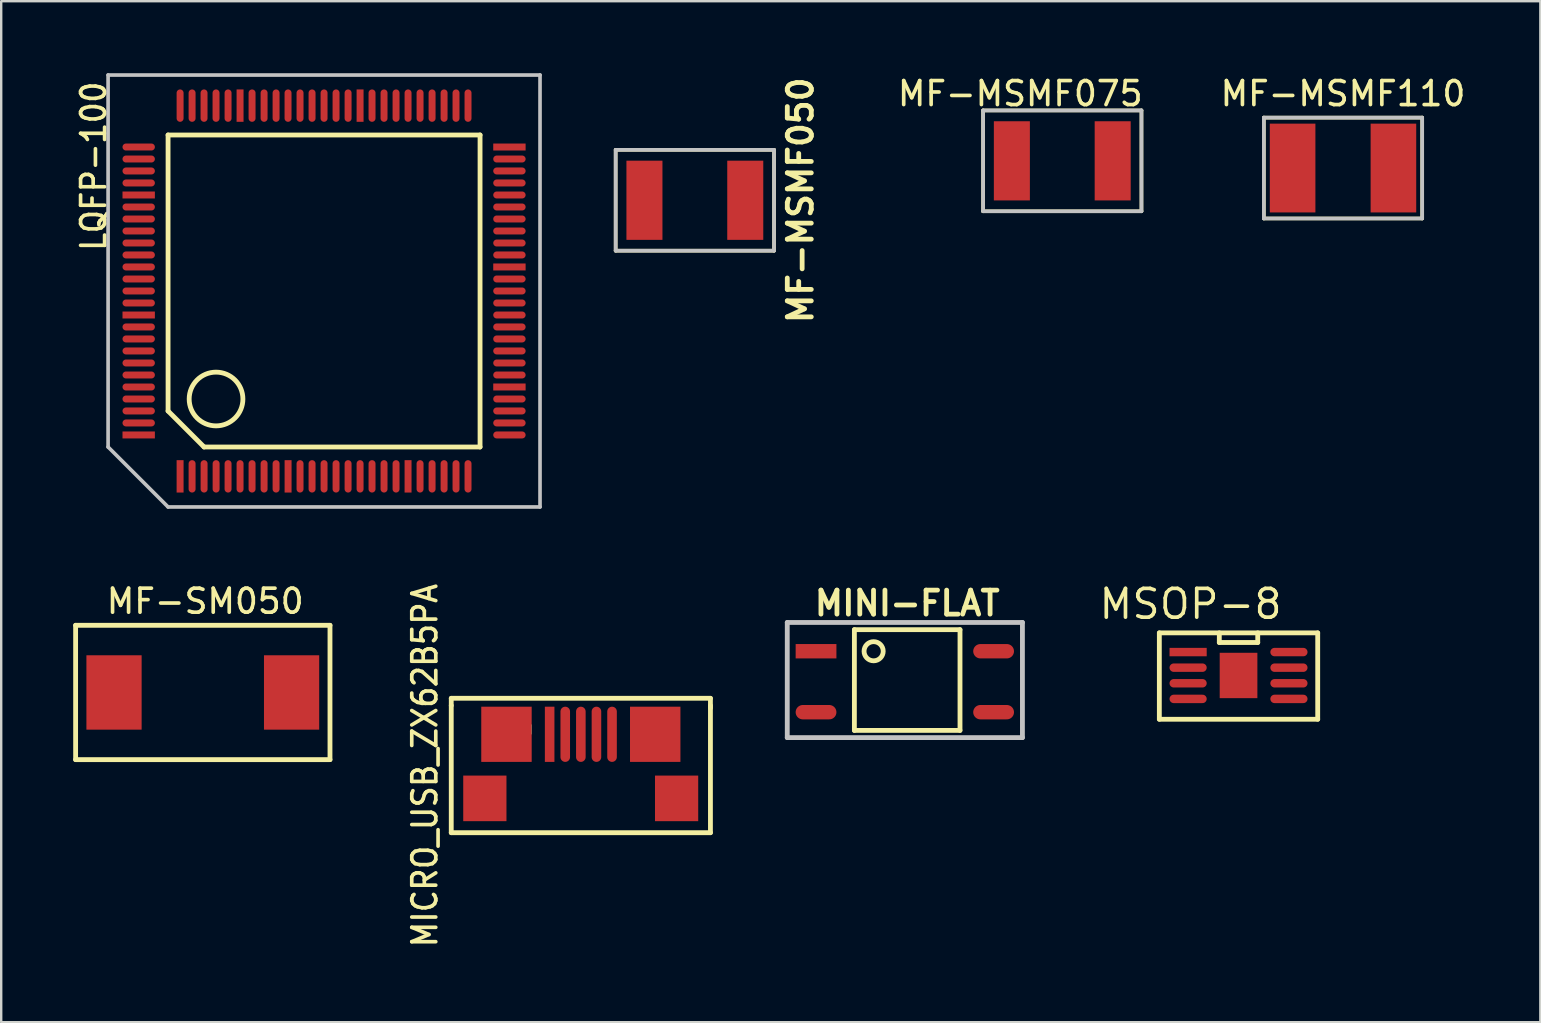
<source format=kicad_pcb>
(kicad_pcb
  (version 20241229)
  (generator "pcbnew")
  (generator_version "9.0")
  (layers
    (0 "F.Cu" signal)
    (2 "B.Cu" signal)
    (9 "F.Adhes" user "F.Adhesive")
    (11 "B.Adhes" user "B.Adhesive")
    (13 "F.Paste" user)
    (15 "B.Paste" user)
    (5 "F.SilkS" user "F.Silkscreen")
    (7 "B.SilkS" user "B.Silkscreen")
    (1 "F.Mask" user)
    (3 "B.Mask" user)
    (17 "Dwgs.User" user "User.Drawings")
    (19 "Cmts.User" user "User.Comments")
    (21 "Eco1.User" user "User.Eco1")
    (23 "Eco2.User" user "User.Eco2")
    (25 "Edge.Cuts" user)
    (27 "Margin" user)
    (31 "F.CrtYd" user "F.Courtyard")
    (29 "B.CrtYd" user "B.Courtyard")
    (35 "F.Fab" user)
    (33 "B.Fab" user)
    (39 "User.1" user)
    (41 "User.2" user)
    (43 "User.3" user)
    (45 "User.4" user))
  (footprint "MF-MSMF050"
    (layer "F.Cu")
    (at 23.803 5.295)
    (property "Reference" "MF-MSMF050" (at 6.5 0 90) (layer "F.SilkS") (effects (font (size 1 1) (thickness 0.2))))
    (attr through_hole)
    (fp_line (start -1.199 -2.101) (end 5.4 -2.101) (stroke (width 0.152) (type solid)) (layer "F.SilkS"))
    (fp_line (start -1.199 2.101) (end -1.199 -2.101) (stroke (width 0.152) (type solid)) (layer "F.SilkS"))
    (fp_line (start 5.4 -2.101) (end 5.4 2.101) (stroke (width 0.152) (type solid)) (layer "F.SilkS"))
    (fp_line (start 5.4 2.101) (end -1.199 2.101) (stroke (width 0.152) (type solid)) (layer "F.SilkS"))
    (fp_line (start -1.199 -2.101) (end 5.4 -2.101) (stroke (width 0.152) (type solid)) (layer "Dwgs.User"))
    (fp_line (start -1.199 2.101) (end -1.199 -2.101) (stroke (width 0.152) (type solid)) (layer "Dwgs.User"))
    (fp_line (start 5.4 -2.101) (end 5.4 2.101) (stroke (width 0.152) (type solid)) (layer "Dwgs.User"))
    (fp_line (start 5.4 2.101) (end -1.199 2.101) (stroke (width 0.152) (type solid)) (layer "Dwgs.User"))
    (pad "1" smd rect (at 0 0) (size 1.501 3.299) (layers "F.Cu" "F.Mask" "F.Paste"))
    (pad "2" smd rect (at 4.201 0) (size 1.501 3.299) (layers "F.Cu" "F.Mask" "F.Paste")))
  (footprint "MSOP-8"
    (layer "F.Cu")
    (at 46.457 24.121)
    (property "Reference" "MSOP-8" (at 0.102 -2.002 0) (layer "F.SilkS") (effects (font (size 1.199 1.199) (thickness 0.152))))
    (attr through_hole)
    (fp_line (start -1.199 -0.8) (end -1.199 2.799) (stroke (width 0.201) (type solid)) (layer "F.SilkS"))
    (fp_line (start -1.199 -0.8) (end 5.4 -0.8) (stroke (width 0.201) (type solid)) (layer "F.SilkS"))
    (fp_line (start -1.199 2.799) (end 5.4 2.799) (stroke (width 0.201) (type solid)) (layer "F.SilkS"))
    (fp_line (start 1.3 -0.8) (end 1.3 -0.399) (stroke (width 0.201) (type solid)) (layer "F.SilkS"))
    (fp_line (start 1.3 -0.399) (end 2.901 -0.399) (stroke (width 0.201) (type solid)) (layer "F.SilkS"))
    (fp_line (start 2.901 -0.399) (end 2.901 -0.8) (stroke (width 0.201) (type solid)) (layer "F.SilkS"))
    (fp_line (start 5.4 -0.8) (end 5.4 2.799) (stroke (width 0.201) (type solid)) (layer "F.SilkS"))
    (pad "1" smd rect (at 0 0) (size 1.549 0.351) (layers "F.Cu" "F.Mask" "F.Paste"))
    (pad "2" smd oval (at 0 0.65) (size 1.549 0.351) (layers "F.Cu" "F.Mask" "F.Paste"))
    (pad "3" smd oval (at 0 1.3) (size 1.549 0.351) (layers "F.Cu" "F.Mask" "F.Paste"))
    (pad "4" smd oval (at 0 1.951) (size 1.549 0.351) (layers "F.Cu" "F.Mask" "F.Paste"))
    (pad "5" smd oval (at 4.201 1.951) (size 1.549 0.351) (layers "F.Cu" "F.Mask" "F.Paste"))
    (pad "6" smd oval (at 4.201 1.3) (size 1.549 0.351) (layers "F.Cu" "F.Mask" "F.Paste"))
    (pad "7" smd oval (at 4.201 0.65) (size 1.549 0.351) (layers "F.Cu" "F.Mask" "F.Paste"))
    (pad "8" smd oval (at 4.201 0) (size 1.549 0.351) (layers "F.Cu" "F.Mask" "F.Paste"))
    (pad "9" smd rect (at 2.101 0.975) (size 1.57 1.89) (layers "F.Cu" "F.Mask" "F.Paste")))
  (footprint "LQFP-100"
    (layer "F.Cu")
    (at 10.453 9.075)
    (property "Reference" "LQFP-100" (at -9.6 -5.2 90) (layer "F.SilkS") (effects (font (size 1.001 0.899) (thickness 0.152))))
    (attr smd)
    (fp_line (start -6.5 -6.5) (end 6.5 -6.5) (stroke (width 0.201) (type solid)) (layer "F.SilkS"))
    (fp_line (start -6.5 5.001) (end -6.5 -6.5) (stroke (width 0.201) (type solid)) (layer "F.SilkS"))
    (fp_line (start -6.5 5.001) (end -5.001 6.5) (stroke (width 0.201) (type solid)) (layer "F.SilkS"))
    (fp_line (start -5.001 6.5) (end 6.5 6.5) (stroke (width 0.201) (type solid)) (layer "F.SilkS"))
    (fp_line (start 6.5 -6.5) (end 6.5 6.5) (stroke (width 0.201) (type solid)) (layer "F.SilkS"))
    (fp_circle (center -4.501 4.501) (end -3.5 4) (stroke (width 0.201) (type solid)) (fill no) (layer "F.SilkS"))
    (fp_line (start -8.999 -8.999) (end -8.999 6.5) (stroke (width 0.152) (type solid)) (layer "Dwgs.User"))
    (fp_line (start -8.999 6.5) (end -6.5 8.999) (stroke (width 0.152) (type solid)) (layer "Dwgs.User"))
    (fp_line (start -6.5 8.999) (end 8.999 8.999) (stroke (width 0.152) (type solid)) (layer "Dwgs.User"))
    (fp_line (start 8.999 -8.999) (end -8.999 -8.999) (stroke (width 0.152) (type solid)) (layer "Dwgs.User"))
    (fp_line (start 8.999 8.999) (end 8.999 -8.999) (stroke (width 0.152) (type solid)) (layer "Dwgs.User"))
    (pad "1" smd rect (at -5.999 7.724) (size 0.29 1.349) (layers "F.Cu" "F.Mask" "F.Paste"))
    (pad "2" smd oval (at -5.499 7.724) (size 0.29 1.349) (layers "F.Cu" "F.Mask" "F.Paste"))
    (pad "3" smd oval (at -4.999 7.724) (size 0.29 1.349) (layers "F.Cu" "F.Mask" "F.Paste"))
    (pad "4" smd oval (at -4.498 7.724) (size 0.29 1.349) (layers "F.Cu" "F.Mask" "F.Paste"))
    (pad "5" smd oval (at -4 7.724) (size 0.29 1.349) (layers "F.Cu" "F.Mask" "F.Paste"))
    (pad "6" smd oval (at -3.5 7.724) (size 0.29 1.349) (layers "F.Cu" "F.Mask" "F.Paste"))
    (pad "7" smd oval (at -3 7.724) (size 0.29 1.349) (layers "F.Cu" "F.Mask" "F.Paste"))
    (pad "8" smd oval (at -2.499 7.724) (size 0.29 1.349) (layers "F.Cu" "F.Mask" "F.Paste"))
    (pad "9" smd oval (at -1.999 7.724) (size 0.29 1.349) (layers "F.Cu" "F.Mask" "F.Paste"))
    (pad "10" smd rect (at -1.499 7.724) (size 0.29 1.349) (layers "F.Cu" "F.Mask" "F.Paste"))
    (pad "11" smd oval (at -1.001 7.724) (size 0.29 1.349) (layers "F.Cu" "F.Mask" "F.Paste"))
    (pad "12" smd oval (at -0.5 7.724) (size 0.29 1.349) (layers "F.Cu" "F.Mask" "F.Paste"))
    (pad "13" smd oval (at 0 7.724) (size 0.29 1.349) (layers "F.Cu" "F.Mask" "F.Paste"))
    (pad "14" smd oval (at 0.5 7.724) (size 0.29 1.349) (layers "F.Cu" "F.Mask" "F.Paste"))
    (pad "15" smd oval (at 1.001 7.724) (size 0.29 1.349) (layers "F.Cu" "F.Mask" "F.Paste"))
    (pad "16" smd oval (at 1.501 7.724) (size 0.29 1.349) (layers "F.Cu" "F.Mask" "F.Paste"))
    (pad "17" smd oval (at 1.999 7.724) (size 0.29 1.349) (layers "F.Cu" "F.Mask" "F.Paste"))
    (pad "18" smd oval (at 2.499 7.724) (size 0.29 1.349) (layers "F.Cu" "F.Mask" "F.Paste"))
    (pad "19" smd oval (at 3 7.724) (size 0.29 1.349) (layers "F.Cu" "F.Mask" "F.Paste"))
    (pad "20" smd rect (at 3.5 7.724) (size 0.29 1.349) (layers "F.Cu" "F.Mask" "F.Paste"))
    (pad "21" smd oval (at 4 7.724) (size 0.29 1.349) (layers "F.Cu" "F.Mask" "F.Paste"))
    (pad "22" smd oval (at 4.501 7.724) (size 0.29 1.349) (layers "F.Cu" "F.Mask" "F.Paste"))
    (pad "23" smd oval (at 5.001 7.724) (size 0.29 1.349) (layers "F.Cu" "F.Mask" "F.Paste"))
    (pad "24" smd oval (at 5.499 7.724) (size 0.29 1.349) (layers "F.Cu" "F.Mask" "F.Paste"))
    (pad "25" smd oval (at 5.999 7.724) (size 0.29 1.349) (layers "F.Cu" "F.Mask" "F.Paste"))
    (pad "26" smd oval (at 7.724 5.999 90) (size 0.29 1.349) (layers "F.Cu" "F.Mask" "F.Paste"))
    (pad "27" smd oval (at 7.724 5.499 90) (size 0.29 1.349) (layers "F.Cu" "F.Mask" "F.Paste"))
    (pad "28" smd oval (at 7.724 4.999 90) (size 0.29 1.349) (layers "F.Cu" "F.Mask" "F.Paste"))
    (pad "29" smd oval (at 7.724 4.501 90) (size 0.29 1.349) (layers "F.Cu" "F.Mask" "F.Paste"))
    (pad "30" smd rect (at 7.724 4 90) (size 0.29 1.349) (layers "F.Cu" "F.Mask" "F.Paste"))
    (pad "31" smd oval (at 7.724 3.5 90) (size 0.29 1.349) (layers "F.Cu" "F.Mask" "F.Paste"))
    (pad "32" smd oval (at 7.724 3 90) (size 0.29 1.349) (layers "F.Cu" "F.Mask" "F.Paste"))
    (pad "33" smd oval (at 7.724 2.499 90) (size 0.29 1.349) (layers "F.Cu" "F.Mask" "F.Paste"))
    (pad "34" smd oval (at 7.724 1.999 90) (size 0.29 1.349) (layers "F.Cu" "F.Mask" "F.Paste"))
    (pad "35" smd oval (at 7.724 1.499 90) (size 0.29 1.349) (layers "F.Cu" "F.Mask" "F.Paste"))
    (pad "36" smd oval (at 7.724 1.001 90) (size 0.29 1.349) (layers "F.Cu" "F.Mask" "F.Paste"))
    (pad "37" smd oval (at 7.724 0.5 90) (size 0.29 1.349) (layers "F.Cu" "F.Mask" "F.Paste"))
    (pad "38" smd oval (at 7.724 0 90) (size 0.29 1.349) (layers "F.Cu" "F.Mask" "F.Paste"))
    (pad "39" smd oval (at 7.724 -0.5 90) (size 0.29 1.349) (layers "F.Cu" "F.Mask" "F.Paste"))
    (pad "40" smd rect (at 7.724 -1.001 90) (size 0.29 1.349) (layers "F.Cu" "F.Mask" "F.Paste"))
    (pad "41" smd oval (at 7.724 -1.501 90) (size 0.29 1.349) (layers "F.Cu" "F.Mask" "F.Paste"))
    (pad "42" smd oval (at 7.724 -1.999 90) (size 0.29 1.349) (layers "F.Cu" "F.Mask" "F.Paste"))
    (pad "43" smd oval (at 7.724 -2.499 90) (size 0.29 1.349) (layers "F.Cu" "F.Mask" "F.Paste"))
    (pad "44" smd oval (at 7.724 -3 90) (size 0.29 1.349) (layers "F.Cu" "F.Mask" "F.Paste"))
    (pad "45" smd oval (at 7.724 -3.5 90) (size 0.29 1.349) (layers "F.Cu" "F.Mask" "F.Paste"))
    (pad "46" smd oval (at 7.724 -4 90) (size 0.29 1.349) (layers "F.Cu" "F.Mask" "F.Paste"))
    (pad "47" smd oval (at 7.724 -4.501 90) (size 0.29 1.349) (layers "F.Cu" "F.Mask" "F.Paste"))
    (pad "48" smd oval (at 7.724 -5.001 90) (size 0.29 1.349) (layers "F.Cu" "F.Mask" "F.Paste"))
    (pad "49" smd oval (at 7.724 -5.499 90) (size 0.29 1.349) (layers "F.Cu" "F.Mask" "F.Paste"))
    (pad "50" smd rect (at 7.724 -5.999 90) (size 0.29 1.349) (layers "F.Cu" "F.Mask" "F.Paste"))
    (pad "51" smd oval (at 5.999 -7.724) (size 0.29 1.349) (layers "F.Cu" "F.Mask" "F.Paste"))
    (pad "52" smd oval (at 5.499 -7.724) (size 0.29 1.349) (layers "F.Cu" "F.Mask" "F.Paste"))
    (pad "53" smd oval (at 5.001 -7.724) (size 0.29 1.349) (layers "F.Cu" "F.Mask" "F.Paste"))
    (pad "54" smd oval (at 4.501 -7.724) (size 0.29 1.349) (layers "F.Cu" "F.Mask" "F.Paste"))
    (pad "55" smd oval (at 4 -7.724) (size 0.29 1.349) (layers "F.Cu" "F.Mask" "F.Paste"))
    (pad "56" smd oval (at 3.5 -7.724) (size 0.29 1.349) (layers "F.Cu" "F.Mask" "F.Paste"))
    (pad "57" smd oval (at 3 -7.724) (size 0.29 1.349) (layers "F.Cu" "F.Mask" "F.Paste"))
    (pad "58" smd oval (at 2.499 -7.724) (size 0.29 1.349) (layers "F.Cu" "F.Mask" "F.Paste"))
    (pad "59" smd oval (at 1.999 -7.724) (size 0.29 1.349) (layers "F.Cu" "F.Mask" "F.Paste"))
    (pad "60" smd rect (at 1.501 -7.724) (size 0.29 1.349) (layers "F.Cu" "F.Mask" "F.Paste"))
    (pad "61" smd oval (at 1.001 -7.724) (size 0.29 1.349) (layers "F.Cu" "F.Mask" "F.Paste"))
    (pad "62" smd oval (at 0.5 -7.724) (size 0.29 1.349) (layers "F.Cu" "F.Mask" "F.Paste"))
    (pad "63" smd oval (at 0 -7.724) (size 0.29 1.349) (layers "F.Cu" "F.Mask" "F.Paste"))
    (pad "64" smd oval (at -0.5 -7.724) (size 0.29 1.349) (layers "F.Cu" "F.Mask" "F.Paste"))
    (pad "65" smd oval (at -1.001 -7.724) (size 0.29 1.349) (layers "F.Cu" "F.Mask" "F.Paste"))
    (pad "66" smd oval (at -1.501 -7.724) (size 0.29 1.349) (layers "F.Cu" "F.Mask" "F.Paste"))
    (pad "67" smd oval (at -1.999 -7.724) (size 0.29 1.349) (layers "F.Cu" "F.Mask" "F.Paste"))
    (pad "68" smd oval (at -2.499 -7.724) (size 0.29 1.349) (layers "F.Cu" "F.Mask" "F.Paste"))
    (pad "69" smd oval (at -3 -7.724) (size 0.29 1.349) (layers "F.Cu" "F.Mask" "F.Paste"))
    (pad "70" smd rect (at -3.5 -7.724) (size 0.29 1.349) (layers "F.Cu" "F.Mask" "F.Paste"))
    (pad "71" smd oval (at -4 -7.724) (size 0.29 1.349) (layers "F.Cu" "F.Mask" "F.Paste"))
    (pad "72" smd oval (at -4.501 -7.724) (size 0.29 1.349) (layers "F.Cu" "F.Mask" "F.Paste"))
    (pad "73" smd oval (at -5.001 -7.724) (size 0.29 1.349) (layers "F.Cu" "F.Mask" "F.Paste"))
    (pad "74" smd oval (at -5.499 -7.724) (size 0.29 1.349) (layers "F.Cu" "F.Mask" "F.Paste"))
    (pad "75" smd oval (at -5.999 -7.724) (size 0.29 1.349) (layers "F.Cu" "F.Mask" "F.Paste"))
    (pad "76" smd oval (at -7.724 -5.999 90) (size 0.29 1.349) (layers "F.Cu" "F.Mask" "F.Paste"))
    (pad "77" smd oval (at -7.724 -5.499 90) (size 0.29 1.349) (layers "F.Cu" "F.Mask" "F.Paste"))
    (pad "78" smd oval (at -7.724 -5.001 90) (size 0.29 1.349) (layers "F.Cu" "F.Mask" "F.Paste"))
    (pad "79" smd oval (at -7.724 -4.501 90) (size 0.29 1.349) (layers "F.Cu" "F.Mask" "F.Paste"))
    (pad "80" smd rect (at -7.724 -4 90) (size 0.29 1.349) (layers "F.Cu" "F.Mask" "F.Paste"))
    (pad "81" smd oval (at -7.724 -3.5 90) (size 0.29 1.349) (layers "F.Cu" "F.Mask" "F.Paste"))
    (pad "82" smd oval (at -7.724 -3 90) (size 0.29 1.349) (layers "F.Cu" "F.Mask" "F.Paste"))
    (pad "83" smd oval (at -7.724 -2.499 90) (size 0.29 1.349) (layers "F.Cu" "F.Mask" "F.Paste"))
    (pad "84" smd oval (at -7.724 -1.999 90) (size 0.29 1.349) (layers "F.Cu" "F.Mask" "F.Paste"))
    (pad "85" smd oval (at -7.724 -1.501 90) (size 0.29 1.349) (layers "F.Cu" "F.Mask" "F.Paste"))
    (pad "86" smd oval (at -7.724 -1.001 90) (size 0.29 1.349) (layers "F.Cu" "F.Mask" "F.Paste"))
    (pad "87" smd oval (at -7.724 -0.5 90) (size 0.29 1.349) (layers "F.Cu" "F.Mask" "F.Paste"))
    (pad "88" smd oval (at -7.724 0 90) (size 0.29 1.349) (layers "F.Cu" "F.Mask" "F.Paste"))
    (pad "89" smd oval (at -7.724 0.5 90) (size 0.29 1.349) (layers "F.Cu" "F.Mask" "F.Paste"))
    (pad "90" smd rect (at -7.724 1.001 90) (size 0.29 1.349) (layers "F.Cu" "F.Mask" "F.Paste"))
    (pad "91" smd oval (at -7.724 1.499 90) (size 0.29 1.349) (layers "F.Cu" "F.Mask" "F.Paste"))
    (pad "92" smd oval (at -7.724 1.999 90) (size 0.29 1.349) (layers "F.Cu" "F.Mask" "F.Paste"))
    (pad "93" smd oval (at -7.724 2.499 90) (size 0.29 1.349) (layers "F.Cu" "F.Mask" "F.Paste"))
    (pad "94" smd oval (at -7.724 3 90) (size 0.29 1.349) (layers "F.Cu" "F.Mask" "F.Paste"))
    (pad "95" smd oval (at -7.724 3.5 90) (size 0.29 1.349) (layers "F.Cu" "F.Mask" "F.Paste"))
    (pad "96" smd oval (at -7.724 4 90) (size 0.29 1.349) (layers "F.Cu" "F.Mask" "F.Paste"))
    (pad "97" smd oval (at -7.724 4.501 90) (size 0.29 1.349) (layers "F.Cu" "F.Mask" "F.Paste"))
    (pad "98" smd oval (at -7.724 4.999 90) (size 0.29 1.349) (layers "F.Cu" "F.Mask" "F.Paste"))
    (pad "99" smd oval (at -7.724 5.499 90) (size 0.29 1.349) (layers "F.Cu" "F.Mask" "F.Paste"))
    (pad "100" smd rect (at -7.724 5.999 90) (size 0.29 1.349) (layers "F.Cu" "F.Mask" "F.Paste")))
  (footprint "MICRO_USB_ZX62B5PA"
    (layer "F.Cu")
    (at 21.153 27.547)
    (property "Reference" "MICRO_USB_ZX62B5PA" (at -6.5 1.3 90) (layer "F.SilkS") (effects (font (size 1.001 0.899) (thickness 0.152))))
    (attr through_hole)
    (fp_line (start -5.4 4.1) (end -5.4 -1.199) (stroke (width 0.201) (type solid)) (layer "F.SilkS"))
    (fp_line (start -5.4 4.1) (end 5.4 4.1) (stroke (width 0.201) (type solid)) (layer "F.SilkS"))
    (fp_line (start -5.4 -1.5) (end 5.4 -1.5) (stroke (width 0.2) (type solid)) (layer "F.SilkS"))
    (fp_line (start -5.4 -1.2) (end -5.4 -1.5) (stroke (width 0.2) (type solid)) (layer "F.SilkS"))
    (fp_line (start -2.05 0) (end -2.05 -0.409) (stroke (width 0.01) (type solid)) (layer "F.SilkS"))
    (fp_line (start 5.4 -1.5) (end 5.4 -1.1) (stroke (width 0.2) (type solid)) (layer "F.SilkS"))
    (fp_line (start 5.4 -1.199) (end 5.4 4.1) (stroke (width 0.201) (type solid)) (layer "F.SilkS"))
    (pad "1" smd rect (at -1.3 0) (size 0.399 2.3) (layers "F.Cu" "F.Mask" "F.Paste"))
    (pad "2" smd oval (at -0.65 0) (size 0.399 2.3) (layers "F.Cu" "F.Mask" "F.Paste"))
    (pad "3" smd oval (at 0 0) (size 0.399 2.3) (layers "F.Cu" "F.Mask" "F.Paste"))
    (pad "4" smd oval (at 0.65 0) (size 0.399 2.3) (layers "F.Cu" "F.Mask" "F.Paste"))
    (pad "5" smd oval (at 1.3 0) (size 0.399 2.3) (layers "F.Cu" "F.Mask" "F.Paste"))
    (pad "6" smd rect (at -3.099 0) (size 2.101 2.3) (layers "F.Cu" "F.Mask" "F.Paste"))
    (pad "7" smd rect (at 3.099 0) (size 2.101 2.3) (layers "F.Cu" "F.Mask" "F.Paste"))
    (pad "8" smd rect (at -4 2.67) (size 1.801 1.9) (layers "F.Cu" "F.Mask" "F.Paste"))
    (pad "9" smd rect (at 3.99 2.67) (size 1.801 1.9) (layers "F.Cu" "F.Mask" "F.Paste")))
  (footprint "MINI-FLAT"
    (layer "F.Cu")
    (at 30.953 24.086)
    (property "Reference" "MINI-FLAT" (at 3.8 -1.999 0) (layer "F.SilkS") (effects (font (size 1 1) (thickness 0.2))))
    (attr through_hole)
    (fp_line (start 1.598 -0.899) (end 5.997 -0.899) (stroke (width 0.201) (type solid)) (layer "F.SilkS"))
    (fp_line (start 1.598 3.299) (end 1.598 -0.899) (stroke (width 0.201) (type solid)) (layer "F.SilkS"))
    (fp_line (start 5.997 3.299) (end 1.598 3.299) (stroke (width 0.201) (type solid)) (layer "F.SilkS"))
    (fp_line (start 5.999 -0.899) (end 5.999 3.299) (stroke (width 0.201) (type solid)) (layer "F.SilkS"))
    (fp_circle (center 2.4 0) (end 2.799 0) (stroke (width 0.201) (type solid)) (fill no) (layer "F.SilkS"))
    (fp_line (start -1.199 -1.199) (end 8.6 -1.199) (stroke (width 0.201) (type solid)) (layer "Dwgs.User"))
    (fp_line (start -1.199 3.599) (end -1.199 -1.199) (stroke (width 0.201) (type solid)) (layer "Dwgs.User"))
    (fp_line (start 8.6 -1.199) (end 8.6 3.599) (stroke (width 0.201) (type solid)) (layer "Dwgs.User"))
    (fp_line (start 8.6 3.599) (end -1.199 3.599) (stroke (width 0.201) (type solid)) (layer "Dwgs.User"))
    (pad "1" smd rect (at 0 0) (size 1.699 0.599) (layers "F.Cu" "F.Mask" "F.Paste"))
    (pad "2" smd oval (at 0 2.54) (size 1.699 0.599) (layers "F.Cu" "F.Mask" "F.Paste"))
    (pad "3" smd oval (at 7.399 2.54) (size 1.699 0.599) (layers "F.Cu" "F.Mask" "F.Paste"))
    (pad "4" smd oval (at 7.399 0) (size 1.699 0.599) (layers "F.Cu" "F.Mask" "F.Paste")))
  (footprint "MF-SM050"
    (layer "F.Cu")
    (at 1.701 25.804)
    (property "Reference" "MF-SM050" (at 3.8 -3.8 0) (layer "F.SilkS") (effects (font (size 1.001 1.001) (thickness 0.152))))
    (attr through_hole)
    (fp_line (start -1.6 -2.799) (end 8.999 -2.799) (stroke (width 0.201) (type solid)) (layer "F.SilkS"))
    (fp_line (start -1.6 2.799) (end -1.6 -2.799) (stroke (width 0.201) (type solid)) (layer "F.SilkS"))
    (fp_line (start -1.6 2.799) (end 8.999 2.799) (stroke (width 0.201) (type solid)) (layer "F.SilkS"))
    (fp_line (start 8.999 -2.799) (end 8.999 2.799) (stroke (width 0.201) (type solid)) (layer "F.SilkS"))
    (pad "1" smd rect (at 0 0) (size 2.301 3.099) (layers "F.Cu" "F.Mask" "F.Paste"))
    (pad "2" smd rect (at 7.399 0) (size 2.301 3.099) (layers "F.Cu" "F.Mask" "F.Paste")))
  (footprint "MF-MSMF110"
    (layer "F.Cu")
    (at 50.811 3.952)
    (property "Reference" "MF-MSMF110" (at 2.1 -3.1 0) (layer "F.SilkS") (effects (font (size 1 1) (thickness 0.152))))
    (attr through_hole)
    (fp_line (start -1.199 -2.101) (end 5.4 -2.101) (stroke (width 0.152) (type solid)) (layer "F.SilkS"))
    (fp_line (start -1.199 2.101) (end -1.199 -2.101) (stroke (width 0.152) (type solid)) (layer "F.SilkS"))
    (fp_line (start 5.4 -2.101) (end 5.4 2.101) (stroke (width 0.152) (type solid)) (layer "F.SilkS"))
    (fp_line (start 5.4 2.101) (end -1.199 2.101) (stroke (width 0.152) (type solid)) (layer "F.SilkS"))
    (fp_line (start -1.199 -2.101) (end 5.4 -2.101) (stroke (width 0.152) (type solid)) (layer "Dwgs.User"))
    (fp_line (start -1.199 2.101) (end -1.199 -2.101) (stroke (width 0.152) (type solid)) (layer "Dwgs.User"))
    (fp_line (start 5.4 -2.101) (end 5.4 2.101) (stroke (width 0.152) (type solid)) (layer "Dwgs.User"))
    (fp_line (start 5.4 2.101) (end -1.199 2.101) (stroke (width 0.152) (type solid)) (layer "Dwgs.User"))
    (pad "1" smd rect (at 0 0) (size 1.9 3.7) (layers "F.Cu" "F.Mask" "F.Paste"))
    (pad "2" smd rect (at 4.201 0) (size 1.9 3.7) (layers "F.Cu" "F.Mask" "F.Paste")))
  (footprint "MF-MSMF075"
    (layer "F.Cu")
    (at 39.113 3.652)
    (property "Reference" "MF-MSMF075" (at 0.35 -2.8 0) (layer "F.SilkS") (effects (font (size 1 1) (thickness 0.152))))
    (attr through_hole)
    (fp_line (start -1.199 -2.101) (end 5.4 -2.101) (stroke (width 0.152) (type solid)) (layer "F.SilkS"))
    (fp_line (start -1.199 2.101) (end -1.199 -2.101) (stroke (width 0.152) (type solid)) (layer "F.SilkS"))
    (fp_line (start 5.4 -2.101) (end 5.4 2.101) (stroke (width 0.152) (type solid)) (layer "F.SilkS"))
    (fp_line (start 5.4 2.101) (end -1.199 2.101) (stroke (width 0.152) (type solid)) (layer "F.SilkS"))
    (fp_line (start -1.199 -2.101) (end 5.4 -2.101) (stroke (width 0.152) (type solid)) (layer "Dwgs.User"))
    (fp_line (start -1.199 2.101) (end -1.199 -2.101) (stroke (width 0.152) (type solid)) (layer "Dwgs.User"))
    (fp_line (start 5.4 -2.101) (end 5.4 2.101) (stroke (width 0.152) (type solid)) (layer "Dwgs.User"))
    (fp_line (start 5.4 2.101) (end -1.199 2.101) (stroke (width 0.152) (type solid)) (layer "Dwgs.User"))
    (pad "1" smd rect (at 0 0) (size 1.501 3.299) (layers "F.Cu" "F.Mask" "F.Paste"))
    (pad "2" smd rect (at 4.201 0) (size 1.501 3.299) (layers "F.Cu" "F.Mask" "F.Paste")))
  (gr_rect
    (start -3 -3)
    (end 61.135 39.543)
    (stroke (width 0.1) (type default))
    (fill no)
    (layer "Edge.Cuts")))
</source>
